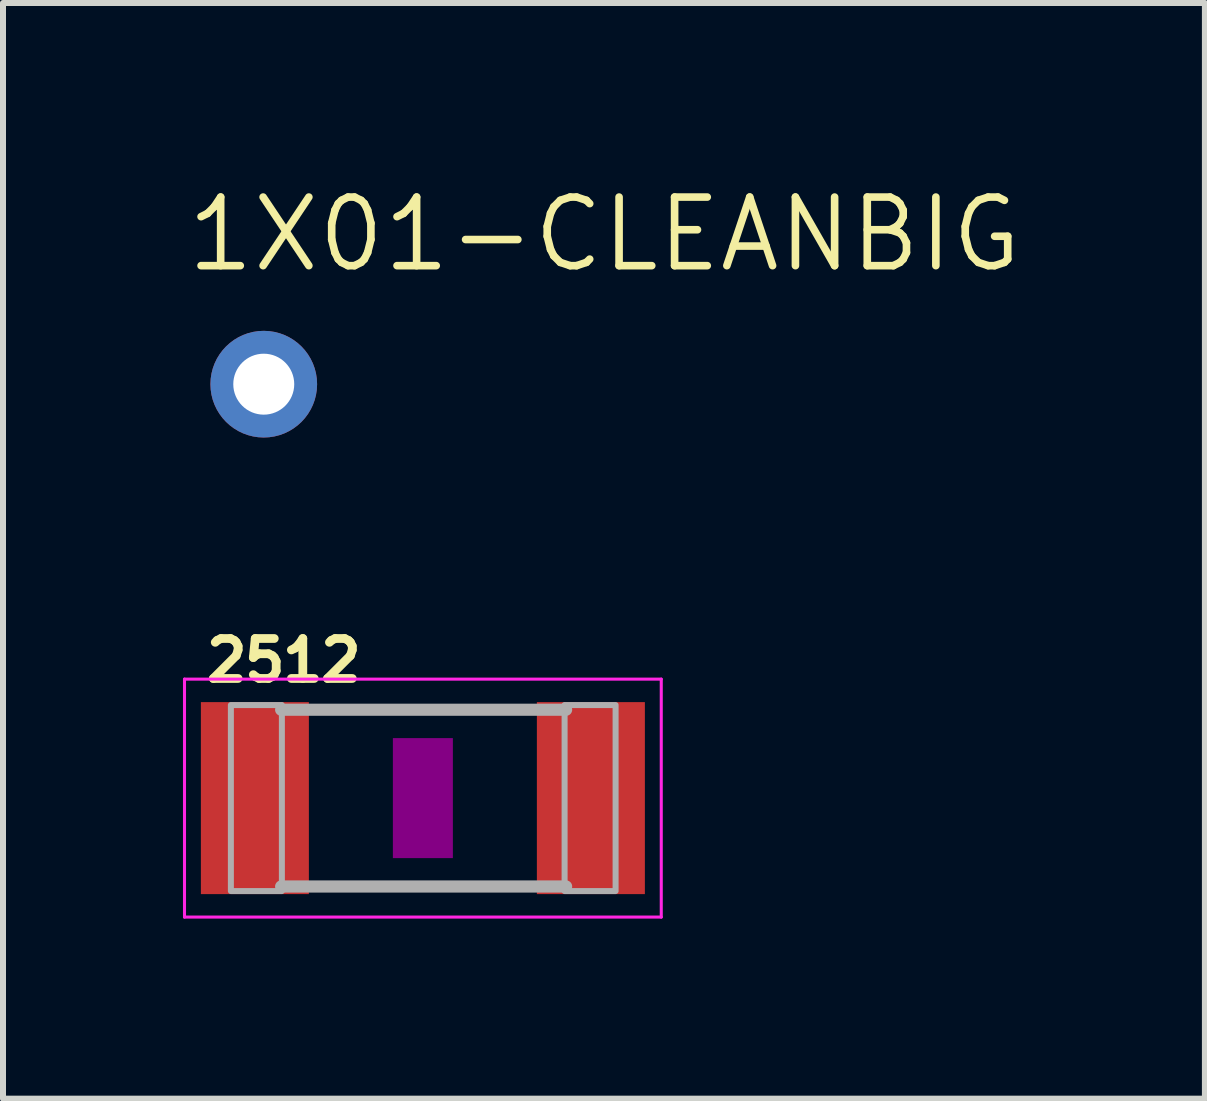
<source format=kicad_pcb>
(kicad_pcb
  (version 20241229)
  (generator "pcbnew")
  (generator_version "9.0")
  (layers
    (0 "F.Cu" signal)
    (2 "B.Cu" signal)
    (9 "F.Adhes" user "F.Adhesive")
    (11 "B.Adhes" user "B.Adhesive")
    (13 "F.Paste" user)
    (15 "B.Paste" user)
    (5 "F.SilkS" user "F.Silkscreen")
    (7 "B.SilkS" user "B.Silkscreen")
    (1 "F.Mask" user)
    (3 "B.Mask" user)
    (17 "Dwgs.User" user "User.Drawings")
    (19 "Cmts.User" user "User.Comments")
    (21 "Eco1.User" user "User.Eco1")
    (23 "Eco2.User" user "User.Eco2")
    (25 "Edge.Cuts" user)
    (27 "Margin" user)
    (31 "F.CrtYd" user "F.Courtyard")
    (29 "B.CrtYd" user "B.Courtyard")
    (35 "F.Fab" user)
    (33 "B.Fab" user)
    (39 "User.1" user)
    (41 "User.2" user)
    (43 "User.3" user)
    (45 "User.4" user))
  (footprint "2512"
    (layer "F.Cu")
    (at 3.998 10.252)
    (property "Reference" "2512" (at -3.683 -1.905 0) (layer "F.SilkS") (effects (font (size 0.666 0.666) (thickness 0.146)) (justify left bottom)))
    (fp_poly (pts (xy -0.5 1) (xy 0.5 1) (xy 0.5 -1) (xy -0.5 -1)) (stroke (width 0) (type default)) (fill yes) (layer "F.Adhes"))
    (fp_line (start -3.973 -1.983) (end 3.973 -1.983) (stroke (width 0.051) (type solid)) (layer "F.CrtYd"))
    (fp_line (start -3.973 1.983) (end -3.973 -1.983) (stroke (width 0.051) (type solid)) (layer "F.CrtYd"))
    (fp_line (start 3.973 -1.983) (end 3.973 1.983) (stroke (width 0.051) (type solid)) (layer "F.CrtYd"))
    (fp_line (start 3.973 1.983) (end -3.973 1.983) (stroke (width 0.051) (type solid)) (layer "F.CrtYd"))
    (fp_line (start -2.362 -1.473) (end 2.387 -1.473) (stroke (width 0.203) (type solid)) (layer "F.Fab"))
    (fp_line (start -2.362 1.473) (end 2.387 1.473) (stroke (width 0.203) (type solid)) (layer "F.Fab"))
    (fp_poly (pts (xy -3.2 1.549) (xy -2.35 1.549) (xy -2.35 -1.551) (xy -3.2 -1.551)) (stroke (width 0.1) (type default)) (fill no) (layer "F.Fab"))
    (fp_poly (pts (xy 2.362 1.549) (xy 3.212 1.549) (xy 3.212 -1.551) (xy 2.362 -1.551)) (stroke (width 0.1) (type default)) (fill no) (layer "F.Fab"))
    (pad "1" smd rect (at -2.8 0) (size 1.8 3.2) (layers "F.Cu" "F.Mask" "F.Paste"))
    (pad "2" smd rect (at 2.8 0) (size 1.8 3.2) (layers "F.Cu" "F.Mask" "F.Paste")))
  (footprint "1X01-CLEANBIG"
    (layer "F.Cu")
    (at 1.346 3.353)
    (property "Reference" "1X01-CLEANBIG" (at -1.346 -1.829 0) (layer "F.SilkS") (effects (font (size 1.143 1.143) (thickness 0.127)) (justify left bottom)))
    (pad "1" thru_hole circle (at 0 0) (size 1.778 1.778) (drill 1.016) (layers "*.Cu" "*.Mask")))
  (gr_rect
    (start -3 -3)
    (end 17.032 15.261)
    (stroke (width 0.1) (type default))
    (fill no)
    (layer "Edge.Cuts")))
</source>
